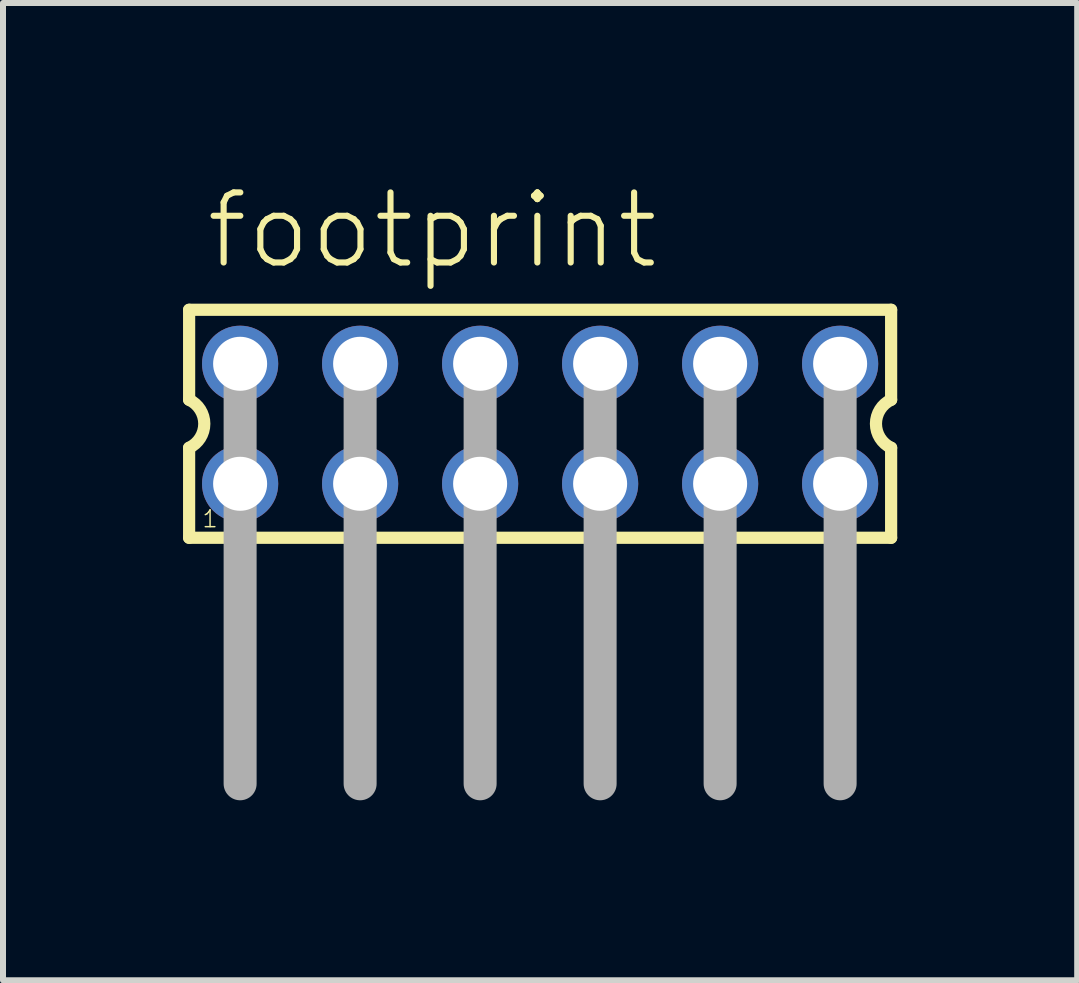
<source format=kicad_pcb>
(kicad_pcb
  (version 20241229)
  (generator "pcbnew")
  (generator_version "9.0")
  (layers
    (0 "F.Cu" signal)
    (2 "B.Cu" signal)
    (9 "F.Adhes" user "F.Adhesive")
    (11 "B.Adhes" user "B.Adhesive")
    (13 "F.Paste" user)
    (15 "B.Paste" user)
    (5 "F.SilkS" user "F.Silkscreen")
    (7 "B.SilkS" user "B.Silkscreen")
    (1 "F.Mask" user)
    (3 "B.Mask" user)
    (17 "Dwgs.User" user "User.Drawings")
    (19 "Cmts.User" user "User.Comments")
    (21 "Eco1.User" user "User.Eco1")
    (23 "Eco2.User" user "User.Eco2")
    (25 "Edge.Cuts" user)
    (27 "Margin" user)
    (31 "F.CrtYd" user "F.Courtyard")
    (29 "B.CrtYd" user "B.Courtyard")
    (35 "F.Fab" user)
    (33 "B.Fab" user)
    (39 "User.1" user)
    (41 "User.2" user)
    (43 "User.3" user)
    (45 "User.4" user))
  (footprint "footprint"
    (layer "F.Cu")
    (at 5.952 4.013)
    (property "Reference" "footprint" (at -5.62 -2.54 0) (layer "F.SilkS") (effects (font (size 1.168 1.168) (thickness 0.102)) (justify left bottom)))
    (fp_line (start -5.85 -1.9) (end -5.85 -0.4) (stroke (width 0.203) (type solid)) (layer "F.SilkS"))
    (fp_line (start -5.85 0.4) (end -5.85 1.9) (stroke (width 0.203) (type solid)) (layer "F.SilkS"))
    (fp_line (start -5.85 1.9) (end 5.85 1.9) (stroke (width 0.203) (type solid)) (layer "F.SilkS"))
    (fp_line (start 5.85 -1.9) (end -5.85 -1.9) (stroke (width 0.203) (type solid)) (layer "F.SilkS"))
    (fp_line (start 5.85 -0.4) (end 5.85 -1.9) (stroke (width 0.203) (type solid)) (layer "F.SilkS"))
    (fp_line (start 5.85 1.9) (end 5.85 0.4) (stroke (width 0.203) (type solid)) (layer "F.SilkS"))
    (fp_arc (start -5.85 -0.4) (mid -5.597167 0) (end -5.85 0.4) (stroke (width 0.2032) (type solid)) (layer "F.SilkS"))
    (fp_arc (start 5.85 0.4) (mid 5.597167 0) (end 5.85 -0.4) (stroke (width 0.2032) (type solid)) (layer "F.SilkS"))
    (fp_line (start -5 -1) (end -5 6) (stroke (width 0.55) (type solid)) (layer "F.Fab"))
    (fp_line (start -3 -1) (end -3 6) (stroke (width 0.55) (type solid)) (layer "F.Fab"))
    (fp_line (start -1 -1) (end -1 6) (stroke (width 0.55) (type solid)) (layer "F.Fab"))
    (fp_line (start 1 -1) (end 1 6) (stroke (width 0.55) (type solid)) (layer "F.Fab"))
    (fp_line (start 3 -1) (end 3 6) (stroke (width 0.55) (type solid)) (layer "F.Fab"))
    (fp_line (start 5 -1) (end 5 6) (stroke (width 0.55) (type solid)) (layer "F.Fab"))
    (fp_poly (pts (xy -5.25 -0.75) (xy -4.75 -0.75) (xy -4.75 -1.25) (xy -5.25 -1.25)) (stroke (width 0.1) (type solid)) (fill no) (layer "F.Fab"))
    (fp_poly (pts (xy -5.25 1.25) (xy -4.75 1.25) (xy -4.75 0.75) (xy -5.25 0.75)) (stroke (width 0.1) (type solid)) (fill no) (layer "F.Fab"))
    (fp_poly (pts (xy -3.25 -0.75) (xy -2.75 -0.75) (xy -2.75 -1.25) (xy -3.25 -1.25)) (stroke (width 0.1) (type solid)) (fill no) (layer "F.Fab"))
    (fp_poly (pts (xy -3.25 1.25) (xy -2.75 1.25) (xy -2.75 0.75) (xy -3.25 0.75)) (stroke (width 0.1) (type solid)) (fill no) (layer "F.Fab"))
    (fp_poly (pts (xy -1.25 -0.75) (xy -0.75 -0.75) (xy -0.75 -1.25) (xy -1.25 -1.25)) (stroke (width 0.1) (type solid)) (fill no) (layer "F.Fab"))
    (fp_poly (pts (xy -1.25 1.25) (xy -0.75 1.25) (xy -0.75 0.75) (xy -1.25 0.75)) (stroke (width 0.1) (type solid)) (fill no) (layer "F.Fab"))
    (fp_poly (pts (xy 0.75 -0.75) (xy 1.25 -0.75) (xy 1.25 -1.25) (xy 0.75 -1.25)) (stroke (width 0.1) (type solid)) (fill no) (layer "F.Fab"))
    (fp_poly (pts (xy 0.75 1.25) (xy 1.25 1.25) (xy 1.25 0.75) (xy 0.75 0.75)) (stroke (width 0.1) (type solid)) (fill no) (layer "F.Fab"))
    (fp_poly (pts (xy 2.75 -0.75) (xy 3.25 -0.75) (xy 3.25 -1.25) (xy 2.75 -1.25)) (stroke (width 0.1) (type solid)) (fill no) (layer "F.Fab"))
    (fp_poly (pts (xy 2.75 1.25) (xy 3.25 1.25) (xy 3.25 0.75) (xy 2.75 0.75)) (stroke (width 0.1) (type solid)) (fill no) (layer "F.Fab"))
    (fp_poly (pts (xy 4.75 -0.75) (xy 5.25 -0.75) (xy 5.25 -1.25) (xy 4.75 -1.25)) (stroke (width 0.1) (type solid)) (fill no) (layer "F.Fab"))
    (fp_poly (pts (xy 4.75 1.25) (xy 5.25 1.25) (xy 5.25 0.75) (xy 4.75 0.75)) (stroke (width 0.1) (type solid)) (fill no) (layer "F.Fab"))
    (fp_text user "1" (at -5.65 1.75 0) (layer "F.SilkS") (effects (font (size 0.28 0.28) (thickness 0.024)) (justify left bottom)))
    (pad "1" thru_hole circle (at -5 1) (size 1.27 1.27) (drill 0.9) (layers "*.Cu" "*.Mask"))
    (pad "2" thru_hole circle (at -5 -1) (size 1.27 1.27) (drill 0.9) (layers "*.Cu" "*.Mask"))
    (pad "3" thru_hole circle (at -3 1) (size 1.27 1.27) (drill 0.9) (layers "*.Cu" "*.Mask"))
    (pad "4" thru_hole circle (at -3 -1) (size 1.27 1.27) (drill 0.9) (layers "*.Cu" "*.Mask"))
    (pad "5" thru_hole circle (at -1 1) (size 1.27 1.27) (drill 0.9) (layers "*.Cu" "*.Mask"))
    (pad "6" thru_hole circle (at -1 -1) (size 1.27 1.27) (drill 0.9) (layers "*.Cu" "*.Mask"))
    (pad "7" thru_hole circle (at 1 1) (size 1.27 1.27) (drill 0.9) (layers "*.Cu" "*.Mask"))
    (pad "8" thru_hole circle (at 1 -1) (size 1.27 1.27) (drill 0.9) (layers "*.Cu" "*.Mask"))
    (pad "9" thru_hole circle (at 3 1) (size 1.27 1.27) (drill 0.9) (layers "*.Cu" "*.Mask"))
    (pad "10" thru_hole circle (at 3 -1) (size 1.27 1.27) (drill 0.9) (layers "*.Cu" "*.Mask"))
    (pad "11" thru_hole circle (at 5 1) (size 1.27 1.27) (drill 0.9) (layers "*.Cu" "*.Mask"))
    (pad "12" thru_hole circle (at 5 -1) (size 1.27 1.27) (drill 0.9) (layers "*.Cu" "*.Mask")))
  (gr_rect
    (start -3 -3)
    (end 14.903 13.288)
    (stroke (width 0.1) (type default))
    (fill no)
    (layer "Edge.Cuts")))
</source>
